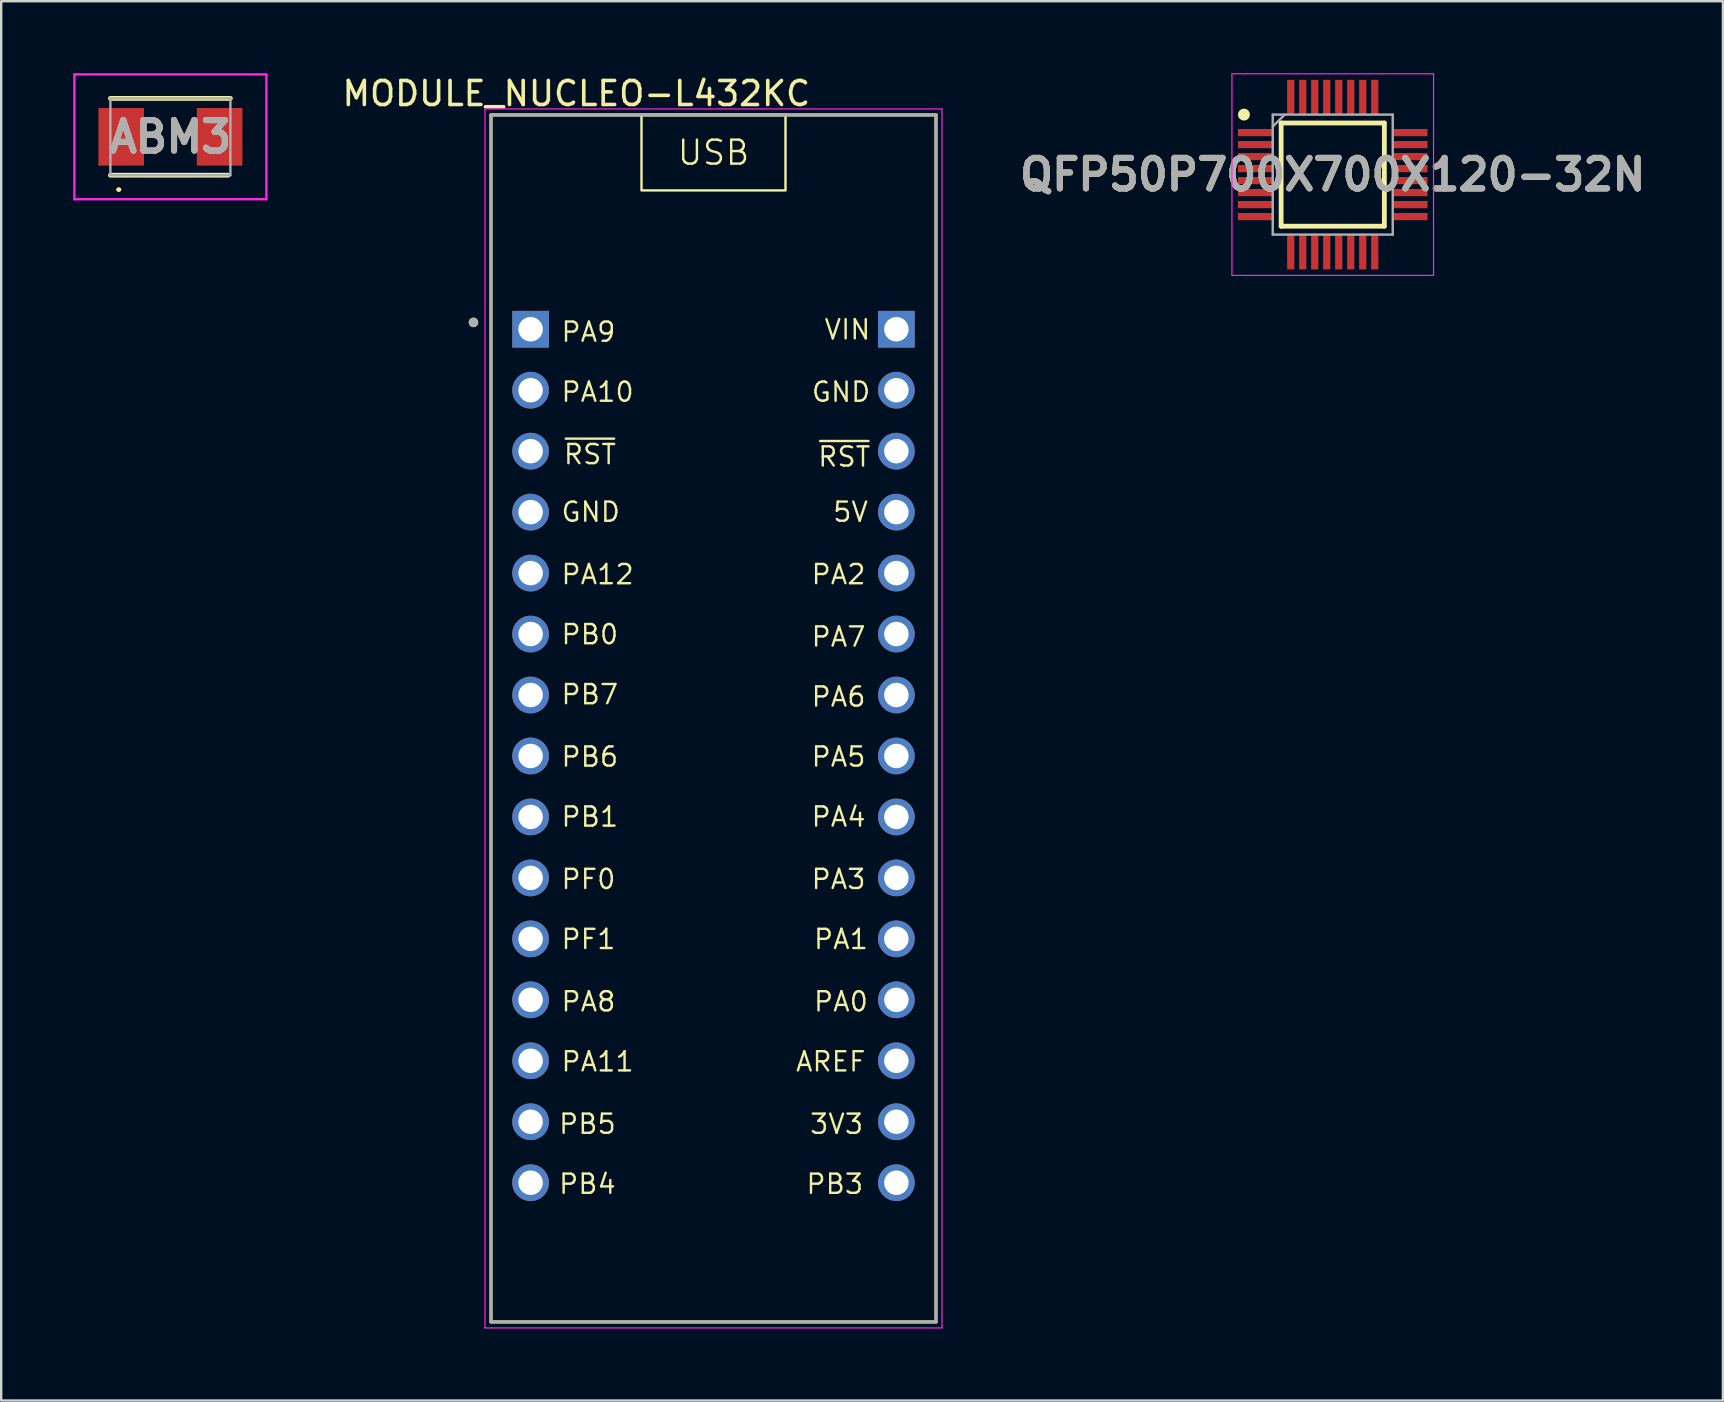
<source format=kicad_pcb>
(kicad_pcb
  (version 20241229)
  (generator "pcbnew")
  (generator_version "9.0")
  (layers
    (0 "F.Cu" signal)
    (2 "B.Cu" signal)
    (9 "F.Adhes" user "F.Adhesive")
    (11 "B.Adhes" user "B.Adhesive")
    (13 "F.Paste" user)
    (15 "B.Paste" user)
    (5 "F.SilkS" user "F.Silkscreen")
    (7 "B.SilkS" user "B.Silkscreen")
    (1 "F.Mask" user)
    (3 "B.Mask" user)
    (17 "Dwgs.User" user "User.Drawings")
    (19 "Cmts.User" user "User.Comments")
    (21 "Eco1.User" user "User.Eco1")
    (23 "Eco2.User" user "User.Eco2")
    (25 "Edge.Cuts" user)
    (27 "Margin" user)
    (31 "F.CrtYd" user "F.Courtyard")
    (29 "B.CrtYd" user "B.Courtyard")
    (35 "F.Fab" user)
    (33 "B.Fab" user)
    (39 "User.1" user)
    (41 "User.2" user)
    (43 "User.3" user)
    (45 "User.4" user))
  (footprint "MODULE_NUCLEO-L432KC"
    (layer "F.Cu")
    (at 26.678 26.883)
    (property "Reference" "MODULE_NUCLEO-L432KC" (at -5.715 -26.035 0) (layer "F.SilkS") (effects (font (size 1 1) (thickness 0.15))))
    (attr through_hole)
    (fp_line (start -9.27 -25.145) (end 9.27 -25.145) (stroke (width 0.127) (type solid)) (layer "F.SilkS"))
    (fp_line (start -9.27 25.145) (end -9.27 -25.145) (stroke (width 0.127) (type solid)) (layer "F.SilkS"))
    (fp_line (start 9.27 -25.145) (end 9.27 25.145) (stroke (width 0.127) (type solid)) (layer "F.SilkS"))
    (fp_line (start 9.27 25.145) (end -9.27 25.145) (stroke (width 0.127) (type solid)) (layer "F.SilkS"))
    (fp_rect (start -3 -25.145) (end 3 -22) (stroke (width 0.1) (type default)) (fill no) (layer "F.SilkS"))
    (fp_circle (center -10 -16.5) (end -9.9 -16.5) (stroke (width 0.2) (type solid)) (fill no) (layer "F.SilkS"))
    (fp_line (start -9.52 -25.395) (end 9.52 -25.395) (stroke (width 0.05) (type solid)) (layer "F.CrtYd"))
    (fp_line (start -9.52 25.395) (end -9.52 -25.395) (stroke (width 0.05) (type solid)) (layer "F.CrtYd"))
    (fp_line (start 9.52 -25.395) (end 9.52 25.395) (stroke (width 0.05) (type solid)) (layer "F.CrtYd"))
    (fp_line (start 9.52 25.395) (end -9.52 25.395) (stroke (width 0.05) (type solid)) (layer "F.CrtYd"))
    (fp_line (start -9.27 -25.145) (end 9.27 -25.145) (stroke (width 0.127) (type solid)) (layer "F.Fab"))
    (fp_line (start -9.27 25.145) (end -9.27 -25.145) (stroke (width 0.127) (type solid)) (layer "F.Fab"))
    (fp_line (start 9.27 -25.145) (end 9.27 25.145) (stroke (width 0.127) (type solid)) (layer "F.Fab"))
    (fp_line (start 9.27 25.145) (end -9.27 25.145) (stroke (width 0.127) (type solid)) (layer "F.Fab"))
    (fp_circle (center -10 -16.5) (end -9.9 -16.5) (stroke (width 0.2) (type solid)) (fill no) (layer "F.Fab"))
    (fp_text user "PB7" (at -6.4 -1 0) (unlocked yes) (layer "F.SilkS") (effects (font (size 0.8 0.8) (thickness 0.1)) (justify left)))
    (fp_text user "PA11" (at -6.4 14.3 0) (unlocked yes) (layer "F.SilkS") (effects (font (size 0.8 0.8) (thickness 0.1)) (justify left)))
    (fp_text user "~{RST}" (at -6.3 -11 0) (unlocked yes) (layer "F.SilkS") (effects (font (size 0.8 0.8) (thickness 0.1)) (justify left)))
    (fp_text user "PA7" (at 6.4 -3.4 0) (unlocked yes) (layer "F.SilkS") (effects (font (size 0.8 0.8) (thickness 0.1)) (justify right)))
    (fp_text user "3V3" (at 6.3 16.9 0) (unlocked yes) (layer "F.SilkS") (effects (font (size 0.8 0.8) (thickness 0.1)) (justify right)))
    (fp_text user "PA10" (at -6.4 -13.6 0) (unlocked yes) (layer "F.SilkS") (effects (font (size 0.8 0.8) (thickness 0.1)) (justify left)))
    (fp_text user "PF1" (at -6.4 9.2 0) (unlocked yes) (layer "F.SilkS") (effects (font (size 0.8 0.8) (thickness 0.1)) (justify left)))
    (fp_text user "PA12" (at -6.4 -6 0) (unlocked yes) (layer "F.SilkS") (effects (font (size 0.8 0.8) (thickness 0.1)) (justify left)))
    (fp_text user "PA4" (at 6.4 4.1 0) (unlocked yes) (layer "F.SilkS") (effects (font (size 0.8 0.8) (thickness 0.1)) (justify right)))
    (fp_text user "PF0" (at -6.4 6.7 0) (unlocked yes) (layer "F.SilkS") (effects (font (size 0.8 0.8) (thickness 0.1)) (justify left)))
    (fp_text user "PB5" (at -6.5 16.9 0) (unlocked yes) (layer "F.SilkS") (effects (font (size 0.8 0.8) (thickness 0.1)) (justify left)))
    (fp_text user "PB6" (at -6.4 1.6 0) (unlocked yes) (layer "F.SilkS") (effects (font (size 0.8 0.8) (thickness 0.1)) (justify left)))
    (fp_text user "AREF" (at 6.4 14.3 0) (unlocked yes) (layer "F.SilkS") (effects (font (size 0.8 0.8) (thickness 0.1)) (justify right)))
    (fp_text user "PA8" (at -6.4 11.8 0) (unlocked yes) (layer "F.SilkS") (effects (font (size 0.8 0.8) (thickness 0.1)) (justify left)))
    (fp_text user "VIN" (at 6.6 -16.2 0) (unlocked yes) (layer "F.SilkS") (effects (font (size 0.8 0.8) (thickness 0.1)) (justify right)))
    (fp_text user "PA5" (at 6.4 1.6 0) (unlocked yes) (layer "F.SilkS") (effects (font (size 0.8 0.8) (thickness 0.1)) (justify right)))
    (fp_text user "PB4" (at -6.5 19.4 0) (unlocked yes) (layer "F.SilkS") (effects (font (size 0.8 0.8) (thickness 0.1)) (justify left)))
    (fp_text user "5V" (at 6.5 -8.6 0) (unlocked yes) (layer "F.SilkS") (effects (font (size 0.8 0.8) (thickness 0.1)) (justify right)))
    (fp_text user "PA6" (at 6.4 -0.9 0) (unlocked yes) (layer "F.SilkS") (effects (font (size 0.8 0.8) (thickness 0.1)) (justify right)))
    (fp_text user "PA2" (at 6.4 -6 0) (unlocked yes) (layer "F.SilkS") (effects (font (size 0.8 0.8) (thickness 0.1)) (justify right)))
    (fp_text user "~{RST}" (at 6.6 -10.9 0) (unlocked yes) (layer "F.SilkS") (effects (font (size 0.8 0.8) (thickness 0.1)) (justify right)))
    (fp_text user "PA9" (at -6.4 -16.1 0) (unlocked yes) (layer "F.SilkS") (effects (font (size 0.8 0.8) (thickness 0.1)) (justify left)))
    (fp_text user "GND" (at 6.6 -13.6 0) (unlocked yes) (layer "F.SilkS") (effects (font (size 0.8 0.8) (thickness 0.1)) (justify right)))
    (fp_text user "PA1" (at 6.5 9.2 0) (unlocked yes) (layer "F.SilkS") (effects (font (size 0.8 0.8) (thickness 0.1)) (justify right)))
    (fp_text user "PA3" (at 6.4 6.7 0) (unlocked yes) (layer "F.SilkS") (effects (font (size 0.8 0.8) (thickness 0.1)) (justify right)))
    (fp_text user "USB" (at 0 -23.573 0) (unlocked yes) (layer "F.SilkS") (effects (font (size 1 1) (thickness 0.1))))
    (fp_text user "PB1" (at -6.4 4.1 0) (unlocked yes) (layer "F.SilkS") (effects (font (size 0.8 0.8) (thickness 0.1)) (justify left)))
    (fp_text user "PB0" (at -6.4 -3.5 0) (unlocked yes) (layer "F.SilkS") (effects (font (size 0.8 0.8) (thickness 0.1)) (justify left)))
    (fp_text user "PB3" (at 6.3 19.4 0) (unlocked yes) (layer "F.SilkS") (effects (font (size 0.8 0.8) (thickness 0.1)) (justify right)))
    (fp_text user "GND" (at -6.4 -8.6 0) (unlocked yes) (layer "F.SilkS") (effects (font (size 0.8 0.8) (thickness 0.1)) (justify left)))
    (fp_text user "PA0" (at 6.5 11.8 0) (unlocked yes) (layer "F.SilkS") (effects (font (size 0.8 0.8) (thickness 0.1)) (justify right)))
    (pad "CN3_1" thru_hole rect (at -7.62 -16.215) (size 1.53 1.53) (drill 1.02) (layers "*.Cu" "*.Mask"))
    (pad "CN3_2" thru_hole circle (at -7.62 -13.675) (size 1.53 1.53) (drill 1.02) (layers "*.Cu" "*.Mask"))
    (pad "CN3_3" thru_hole circle (at -7.62 -11.135) (size 1.53 1.53) (drill 1.02) (layers "*.Cu" "*.Mask"))
    (pad "CN3_4" thru_hole circle (at -7.62 -8.595) (size 1.53 1.53) (drill 1.02) (layers "*.Cu" "*.Mask"))
    (pad "CN3_5" thru_hole circle (at -7.62 -6.055) (size 1.53 1.53) (drill 1.02) (layers "*.Cu" "*.Mask"))
    (pad "CN3_6" thru_hole circle (at -7.62 -3.515) (size 1.53 1.53) (drill 1.02) (layers "*.Cu" "*.Mask"))
    (pad "CN3_7" thru_hole circle (at -7.62 -0.975) (size 1.53 1.53) (drill 1.02) (layers "*.Cu" "*.Mask"))
    (pad "CN3_8" thru_hole circle (at -7.62 1.565) (size 1.53 1.53) (drill 1.02) (layers "*.Cu" "*.Mask"))
    (pad "CN3_9" thru_hole circle (at -7.62 4.105) (size 1.53 1.53) (drill 1.02) (layers "*.Cu" "*.Mask"))
    (pad "CN3_10" thru_hole circle (at -7.62 6.645) (size 1.53 1.53) (drill 1.02) (layers "*.Cu" "*.Mask"))
    (pad "CN3_11" thru_hole circle (at -7.62 9.185) (size 1.53 1.53) (drill 1.02) (layers "*.Cu" "*.Mask"))
    (pad "CN3_12" thru_hole circle (at -7.62 11.725) (size 1.53 1.53) (drill 1.02) (layers "*.Cu" "*.Mask"))
    (pad "CN3_13" thru_hole circle (at -7.62 14.265) (size 1.53 1.53) (drill 1.02) (layers "*.Cu" "*.Mask"))
    (pad "CN3_14" thru_hole circle (at -7.62 16.805) (size 1.53 1.53) (drill 1.02) (layers "*.Cu" "*.Mask"))
    (pad "CN3_15" thru_hole circle (at -7.62 19.345) (size 1.53 1.53) (drill 1.02) (layers "*.Cu" "*.Mask"))
    (pad "CN4_1" thru_hole rect (at 7.62 -16.215) (size 1.53 1.53) (drill 1.02) (layers "*.Cu" "*.Mask"))
    (pad "CN4_2" thru_hole circle (at 7.62 -13.675) (size 1.53 1.53) (drill 1.02) (layers "*.Cu" "*.Mask"))
    (pad "CN4_3" thru_hole circle (at 7.62 -11.135) (size 1.53 1.53) (drill 1.02) (layers "*.Cu" "*.Mask"))
    (pad "CN4_4" thru_hole circle (at 7.62 -8.595) (size 1.53 1.53) (drill 1.02) (layers "*.Cu" "*.Mask"))
    (pad "CN4_5" thru_hole circle (at 7.62 -6.055) (size 1.53 1.53) (drill 1.02) (layers "*.Cu" "*.Mask"))
    (pad "CN4_6" thru_hole circle (at 7.62 -3.515) (size 1.53 1.53) (drill 1.02) (layers "*.Cu" "*.Mask"))
    (pad "CN4_7" thru_hole circle (at 7.62 -0.975) (size 1.53 1.53) (drill 1.02) (layers "*.Cu" "*.Mask"))
    (pad "CN4_8" thru_hole circle (at 7.62 1.565) (size 1.53 1.53) (drill 1.02) (layers "*.Cu" "*.Mask"))
    (pad "CN4_9" thru_hole circle (at 7.62 4.105) (size 1.53 1.53) (drill 1.02) (layers "*.Cu" "*.Mask"))
    (pad "CN4_10" thru_hole circle (at 7.62 6.645) (size 1.53 1.53) (drill 1.02) (layers "*.Cu" "*.Mask"))
    (pad "CN4_11" thru_hole circle (at 7.62 9.185) (size 1.53 1.53) (drill 1.02) (layers "*.Cu" "*.Mask"))
    (pad "CN4_12" thru_hole circle (at 7.62 11.725) (size 1.53 1.53) (drill 1.02) (layers "*.Cu" "*.Mask"))
    (pad "CN4_13" thru_hole circle (at 7.62 14.265) (size 1.53 1.53) (drill 1.02) (layers "*.Cu" "*.Mask"))
    (pad "CN4_14" thru_hole circle (at 7.62 16.805) (size 1.53 1.53) (drill 1.02) (layers "*.Cu" "*.Mask"))
    (pad "CN4_15" thru_hole circle (at 7.62 19.345) (size 1.53 1.53) (drill 1.02) (layers "*.Cu" "*.Mask")))
  (footprint "ABM3"
    (layer "F.Cu")
    (at 4.05 2.65)
    (property "Reference" "ABM3" (at 0 0 0) (layer "F.SilkS") (effects (font (size 1.27 1.27) (thickness 0.254))))
    (attr smd)
    (fp_line (start -2.5 -1.6) (end 2.5 -1.6) (stroke (width 0.2) (type solid)) (layer "F.SilkS"))
    (fp_line (start -2.5 1.6) (end 2.4 1.6) (stroke (width 0.2) (type solid)) (layer "F.SilkS"))
    (fp_line (start -2.2 2.2) (end -2.2 2.2) (stroke (width 0.1) (type solid)) (layer "F.SilkS"))
    (fp_line (start -2.1 2.2) (end -2.1 2.2) (stroke (width 0.1) (type solid)) (layer "F.SilkS"))
    (fp_arc (start -2.2 2.2) (mid -2.15 2.15) (end -2.1 2.2) (stroke (width 0.1) (type solid)) (layer "F.SilkS"))
    (fp_arc (start -2.1 2.2) (mid -2.15 2.25) (end -2.2 2.2) (stroke (width 0.1) (type solid)) (layer "F.SilkS"))
    (fp_line (start -4 -2.6) (end 4 -2.6) (stroke (width 0.1) (type solid)) (layer "F.CrtYd"))
    (fp_line (start -4 2.6) (end -4 -2.6) (stroke (width 0.1) (type solid)) (layer "F.CrtYd"))
    (fp_line (start 4 -2.6) (end 4 2.6) (stroke (width 0.1) (type solid)) (layer "F.CrtYd"))
    (fp_line (start 4 2.6) (end -4 2.6) (stroke (width 0.1) (type solid)) (layer "F.CrtYd"))
    (fp_line (start -2.5 -1.6) (end 2.5 -1.6) (stroke (width 0.1) (type solid)) (layer "F.Fab"))
    (fp_line (start -2.5 1.6) (end -2.5 -1.6) (stroke (width 0.1) (type solid)) (layer "F.Fab"))
    (fp_line (start 2.5 -1.6) (end 2.5 1.6) (stroke (width 0.1) (type solid)) (layer "F.Fab"))
    (fp_line (start 2.5 1.6) (end -2.5 1.6) (stroke (width 0.1) (type solid)) (layer "F.Fab"))
    (fp_text user "${REFERENCE}" (at 0 0 0) (layer "F.Fab") (effects (font (size 1.27 1.27) (thickness 0.254))))
    (pad "1" smd rect (at -2.05 0) (size 1.9 2.4) (layers "F.Cu" "F.Mask" "F.Paste"))
    (pad "2" smd rect (at 2.05 0) (size 1.9 2.4) (layers "F.Cu" "F.Mask" "F.Paste")))
  (footprint "QFP50P700X700X120-32N"
    (layer "F.Cu")
    (at 52.479 4.225)
    (property "Reference" "QFP50P700X700X120-32N" (at 0 0 0) (layer "F.SilkS") (effects (font (size 1.27 1.27) (thickness 0.254))))
    (attr smd)
    (fp_line (start -2.15 -2.15) (end 2.15 -2.15) (stroke (width 0.2) (type solid)) (layer "F.SilkS"))
    (fp_line (start -2.15 2.15) (end -2.15 -2.15) (stroke (width 0.2) (type solid)) (layer "F.SilkS"))
    (fp_line (start 2.15 -2.15) (end 2.15 2.15) (stroke (width 0.2) (type solid)) (layer "F.SilkS"))
    (fp_line (start 2.15 2.15) (end -2.15 2.15) (stroke (width 0.2) (type solid)) (layer "F.SilkS"))
    (fp_circle (center -3.7 -2.5) (end -3.7 -2.375) (stroke (width 0.25) (type solid)) (fill no) (layer "F.SilkS"))
    (fp_line (start -4.2 -4.2) (end 4.2 -4.2) (stroke (width 0.05) (type solid)) (layer "F.CrtYd"))
    (fp_line (start -4.2 4.2) (end -4.2 -4.2) (stroke (width 0.05) (type solid)) (layer "F.CrtYd"))
    (fp_line (start 4.2 -4.2) (end 4.2 4.2) (stroke (width 0.05) (type solid)) (layer "F.CrtYd"))
    (fp_line (start 4.2 4.2) (end -4.2 4.2) (stroke (width 0.05) (type solid)) (layer "F.CrtYd"))
    (fp_line (start -2.5 -2.5) (end 2.5 -2.5) (stroke (width 0.1) (type solid)) (layer "F.Fab"))
    (fp_line (start -2.5 -2) (end -2 -2.5) (stroke (width 0.1) (type solid)) (layer "F.Fab"))
    (fp_line (start -2.5 2.5) (end -2.5 -2.5) (stroke (width 0.1) (type solid)) (layer "F.Fab"))
    (fp_line (start 2.5 -2.5) (end 2.5 2.5) (stroke (width 0.1) (type solid)) (layer "F.Fab"))
    (fp_line (start 2.5 2.5) (end -2.5 2.5) (stroke (width 0.1) (type solid)) (layer "F.Fab"))
    (fp_text user "${REFERENCE}" (at 0 0 0) (layer "F.Fab") (effects (font (size 1.27 1.27) (thickness 0.254))))
    (pad "1" smd rect (at -3.225 -1.75 90) (size 0.3 1.45) (layers "F.Cu" "F.Mask" "F.Paste"))
    (pad "2" smd rect (at -3.225 -1.25 90) (size 0.3 1.45) (layers "F.Cu" "F.Mask" "F.Paste"))
    (pad "3" smd rect (at -3.225 -0.75 90) (size 0.3 1.45) (layers "F.Cu" "F.Mask" "F.Paste"))
    (pad "4" smd rect (at -3.225 -0.25 90) (size 0.3 1.45) (layers "F.Cu" "F.Mask" "F.Paste"))
    (pad "5" smd rect (at -3.225 0.25 90) (size 0.3 1.45) (layers "F.Cu" "F.Mask" "F.Paste"))
    (pad "6" smd rect (at -3.225 0.75 90) (size 0.3 1.45) (layers "F.Cu" "F.Mask" "F.Paste"))
    (pad "7" smd rect (at -3.225 1.25 90) (size 0.3 1.45) (layers "F.Cu" "F.Mask" "F.Paste"))
    (pad "8" smd rect (at -3.225 1.75 90) (size 0.3 1.45) (layers "F.Cu" "F.Mask" "F.Paste"))
    (pad "9" smd rect (at -1.75 3.225) (size 0.3 1.45) (layers "F.Cu" "F.Mask" "F.Paste"))
    (pad "10" smd rect (at -1.25 3.225) (size 0.3 1.45) (layers "F.Cu" "F.Mask" "F.Paste"))
    (pad "11" smd rect (at -0.75 3.225) (size 0.3 1.45) (layers "F.Cu" "F.Mask" "F.Paste"))
    (pad "12" smd rect (at -0.25 3.225) (size 0.3 1.45) (layers "F.Cu" "F.Mask" "F.Paste"))
    (pad "13" smd rect (at 0.25 3.225) (size 0.3 1.45) (layers "F.Cu" "F.Mask" "F.Paste"))
    (pad "14" smd rect (at 0.75 3.225) (size 0.3 1.45) (layers "F.Cu" "F.Mask" "F.Paste"))
    (pad "15" smd rect (at 1.25 3.225) (size 0.3 1.45) (layers "F.Cu" "F.Mask" "F.Paste"))
    (pad "16" smd rect (at 1.75 3.225) (size 0.3 1.45) (layers "F.Cu" "F.Mask" "F.Paste"))
    (pad "17" smd rect (at 3.225 1.75 90) (size 0.3 1.45) (layers "F.Cu" "F.Mask" "F.Paste"))
    (pad "18" smd rect (at 3.225 1.25 90) (size 0.3 1.45) (layers "F.Cu" "F.Mask" "F.Paste"))
    (pad "19" smd rect (at 3.225 0.75 90) (size 0.3 1.45) (layers "F.Cu" "F.Mask" "F.Paste"))
    (pad "20" smd rect (at 3.225 0.25 90) (size 0.3 1.45) (layers "F.Cu" "F.Mask" "F.Paste"))
    (pad "21" smd rect (at 3.225 -0.25 90) (size 0.3 1.45) (layers "F.Cu" "F.Mask" "F.Paste"))
    (pad "22" smd rect (at 3.225 -0.75 90) (size 0.3 1.45) (layers "F.Cu" "F.Mask" "F.Paste"))
    (pad "23" smd rect (at 3.225 -1.25 90) (size 0.3 1.45) (layers "F.Cu" "F.Mask" "F.Paste"))
    (pad "24" smd rect (at 3.225 -1.75 90) (size 0.3 1.45) (layers "F.Cu" "F.Mask" "F.Paste"))
    (pad "25" smd rect (at 1.75 -3.225) (size 0.3 1.45) (layers "F.Cu" "F.Mask" "F.Paste"))
    (pad "26" smd rect (at 1.25 -3.225) (size 0.3 1.45) (layers "F.Cu" "F.Mask" "F.Paste"))
    (pad "27" smd rect (at 0.75 -3.225) (size 0.3 1.45) (layers "F.Cu" "F.Mask" "F.Paste"))
    (pad "28" smd rect (at 0.25 -3.225) (size 0.3 1.45) (layers "F.Cu" "F.Mask" "F.Paste"))
    (pad "29" smd rect (at -0.25 -3.225) (size 0.3 1.45) (layers "F.Cu" "F.Mask" "F.Paste"))
    (pad "30" smd rect (at -0.75 -3.225) (size 0.3 1.45) (layers "F.Cu" "F.Mask" "F.Paste"))
    (pad "31" smd rect (at -1.25 -3.225) (size 0.3 1.45) (layers "F.Cu" "F.Mask" "F.Paste"))
    (pad "32" smd rect (at -1.75 -3.225) (size 0.3 1.45) (layers "F.Cu" "F.Mask" "F.Paste")))
  (gr_rect
    (start -3 -3)
    (end 68.736 55.303)
    (stroke (width 0.1) (type default))
    (fill no)
    (layer "Edge.Cuts")))
</source>
